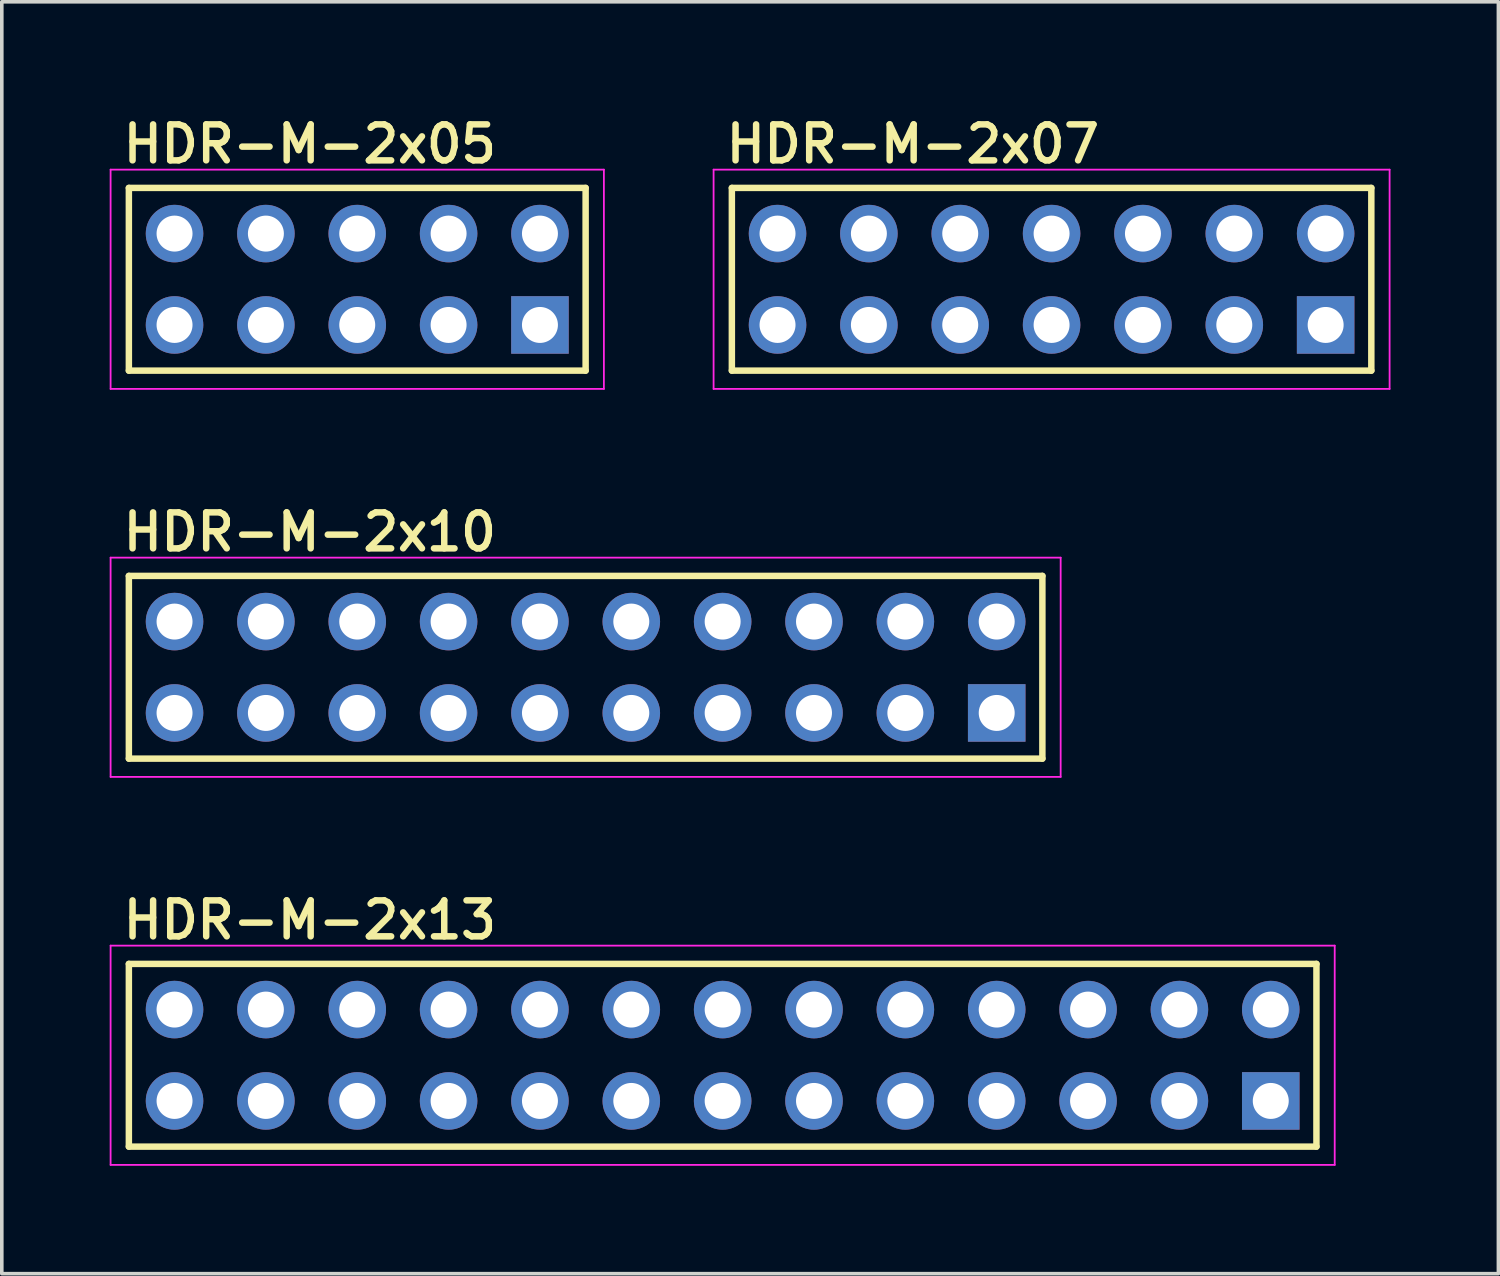
<source format=kicad_pcb>
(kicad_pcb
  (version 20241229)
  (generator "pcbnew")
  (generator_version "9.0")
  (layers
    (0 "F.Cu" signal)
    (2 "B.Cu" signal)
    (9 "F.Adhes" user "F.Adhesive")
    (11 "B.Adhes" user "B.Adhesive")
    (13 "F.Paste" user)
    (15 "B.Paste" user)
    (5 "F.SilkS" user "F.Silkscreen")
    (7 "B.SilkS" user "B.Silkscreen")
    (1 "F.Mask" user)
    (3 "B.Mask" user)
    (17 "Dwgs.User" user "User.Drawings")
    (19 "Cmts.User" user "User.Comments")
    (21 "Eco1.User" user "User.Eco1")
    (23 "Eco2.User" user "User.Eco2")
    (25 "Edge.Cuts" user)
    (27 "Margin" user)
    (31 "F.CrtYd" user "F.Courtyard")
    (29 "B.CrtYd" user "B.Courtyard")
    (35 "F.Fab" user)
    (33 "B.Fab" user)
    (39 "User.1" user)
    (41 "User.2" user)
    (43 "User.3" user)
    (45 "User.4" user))
  (footprint "HDR-M-2x07"
    (layer "F.Cu")
    (at 26.189 4.715)
    (property "Reference" "HDR-M-2x07" (at -9.144 -3.175 0) (layer "F.SilkS") (effects (font (size 1 1) (thickness 0.18)) (justify left bottom)))
    (attr through_hole)
    (fp_line (start -8.89 -2.54) (end 8.89 -2.54) (stroke (width 0.18) (type solid)) (layer "F.SilkS"))
    (fp_line (start -8.89 2.54) (end -8.89 -2.54) (stroke (width 0.18) (type solid)) (layer "F.SilkS"))
    (fp_line (start 8.89 -2.54) (end 8.89 2.54) (stroke (width 0.18) (type solid)) (layer "F.SilkS"))
    (fp_line (start 8.89 2.54) (end -8.89 2.54) (stroke (width 0.18) (type solid)) (layer "F.SilkS"))
    (fp_line (start -9.398 -3.048) (end 9.398 -3.048) (stroke (width 0.05) (type solid)) (layer "F.CrtYd"))
    (fp_line (start -9.398 3.048) (end -9.398 -3.048) (stroke (width 0.05) (type solid)) (layer "F.CrtYd"))
    (fp_line (start 9.398 -3.048) (end 9.398 3.048) (stroke (width 0.05) (type solid)) (layer "F.CrtYd"))
    (fp_line (start 9.398 3.048) (end -9.398 3.048) (stroke (width 0.05) (type solid)) (layer "F.CrtYd"))
    (pad "1" thru_hole rect (at 7.62 1.27) (size 1.6 1.6) (drill 1) (layers "*.Cu" "*.Mask"))
    (pad "2" thru_hole circle (at 7.62 -1.27) (size 1.6 1.6) (drill 1) (layers "*.Cu" "*.Mask"))
    (pad "3" thru_hole circle (at 5.08 1.27) (size 1.6 1.6) (drill 1) (layers "*.Cu" "*.Mask"))
    (pad "4" thru_hole circle (at 5.08 -1.27) (size 1.6 1.6) (drill 1) (layers "*.Cu" "*.Mask"))
    (pad "5" thru_hole circle (at 2.54 1.27) (size 1.6 1.6) (drill 1) (layers "*.Cu" "*.Mask"))
    (pad "6" thru_hole circle (at 2.54 -1.27) (size 1.6 1.6) (drill 1) (layers "*.Cu" "*.Mask"))
    (pad "7" thru_hole circle (at 0 1.27) (size 1.6 1.6) (drill 1) (layers "*.Cu" "*.Mask"))
    (pad "8" thru_hole circle (at 0 -1.27) (size 1.6 1.6) (drill 1) (layers "*.Cu" "*.Mask"))
    (pad "9" thru_hole circle (at -2.54 1.27) (size 1.6 1.6) (drill 1) (layers "*.Cu" "*.Mask"))
    (pad "10" thru_hole circle (at -2.54 -1.27) (size 1.6 1.6) (drill 1) (layers "*.Cu" "*.Mask"))
    (pad "11" thru_hole circle (at -5.08 1.27) (size 1.6 1.6) (drill 1) (layers "*.Cu" "*.Mask"))
    (pad "12" thru_hole circle (at -5.08 -1.27) (size 1.6 1.6) (drill 1) (layers "*.Cu" "*.Mask"))
    (pad "13" thru_hole circle (at -7.62 1.27) (size 1.6 1.6) (drill 1) (layers "*.Cu" "*.Mask"))
    (pad "14" thru_hole circle (at -7.62 -1.27) (size 1.6 1.6) (drill 1) (layers "*.Cu" "*.Mask")))
  (footprint "HDR-M-2x10"
    (layer "F.Cu")
    (at 13.233 15.503)
    (property "Reference" "HDR-M-2x10" (at -12.954 -3.175 0) (layer "F.SilkS") (effects (font (size 1 1) (thickness 0.18)) (justify left bottom)))
    (attr through_hole)
    (fp_line (start -12.7 -2.54) (end 12.7 -2.54) (stroke (width 0.18) (type solid)) (layer "F.SilkS"))
    (fp_line (start -12.7 2.54) (end -12.7 -2.54) (stroke (width 0.18) (type solid)) (layer "F.SilkS"))
    (fp_line (start 12.7 -2.54) (end 12.7 2.54) (stroke (width 0.18) (type solid)) (layer "F.SilkS"))
    (fp_line (start 12.7 2.54) (end -12.7 2.54) (stroke (width 0.18) (type solid)) (layer "F.SilkS"))
    (fp_line (start -13.208 -3.048) (end 13.208 -3.048) (stroke (width 0.05) (type solid)) (layer "F.CrtYd"))
    (fp_line (start -13.208 3.048) (end -13.208 -3.048) (stroke (width 0.05) (type solid)) (layer "F.CrtYd"))
    (fp_line (start 13.208 -3.048) (end 13.208 3.048) (stroke (width 0.05) (type solid)) (layer "F.CrtYd"))
    (fp_line (start 13.208 3.048) (end -13.208 3.048) (stroke (width 0.05) (type solid)) (layer "F.CrtYd"))
    (pad "1" thru_hole rect (at 11.43 1.27) (size 1.6 1.6) (drill 1) (layers "*.Cu" "*.Mask"))
    (pad "2" thru_hole circle (at 11.43 -1.27) (size 1.6 1.6) (drill 1) (layers "*.Cu" "*.Mask"))
    (pad "3" thru_hole circle (at 8.89 1.27) (size 1.6 1.6) (drill 1) (layers "*.Cu" "*.Mask"))
    (pad "4" thru_hole circle (at 8.89 -1.27) (size 1.6 1.6) (drill 1) (layers "*.Cu" "*.Mask"))
    (pad "5" thru_hole circle (at 6.35 1.27) (size 1.6 1.6) (drill 1) (layers "*.Cu" "*.Mask"))
    (pad "6" thru_hole circle (at 6.35 -1.27) (size 1.6 1.6) (drill 1) (layers "*.Cu" "*.Mask"))
    (pad "7" thru_hole circle (at 3.81 1.27) (size 1.6 1.6) (drill 1) (layers "*.Cu" "*.Mask"))
    (pad "8" thru_hole circle (at 3.81 -1.27) (size 1.6 1.6) (drill 1) (layers "*.Cu" "*.Mask"))
    (pad "9" thru_hole circle (at 1.27 1.27) (size 1.6 1.6) (drill 1) (layers "*.Cu" "*.Mask"))
    (pad "10" thru_hole circle (at 1.27 -1.27) (size 1.6 1.6) (drill 1) (layers "*.Cu" "*.Mask"))
    (pad "11" thru_hole circle (at -1.27 1.27) (size 1.6 1.6) (drill 1) (layers "*.Cu" "*.Mask"))
    (pad "12" thru_hole circle (at -1.27 -1.27) (size 1.6 1.6) (drill 1) (layers "*.Cu" "*.Mask"))
    (pad "13" thru_hole circle (at -3.81 1.27) (size 1.6 1.6) (drill 1) (layers "*.Cu" "*.Mask"))
    (pad "14" thru_hole circle (at -3.81 -1.27) (size 1.6 1.6) (drill 1) (layers "*.Cu" "*.Mask"))
    (pad "15" thru_hole circle (at -6.35 1.27) (size 1.6 1.6) (drill 1) (layers "*.Cu" "*.Mask"))
    (pad "16" thru_hole circle (at -6.35 -1.27) (size 1.6 1.6) (drill 1) (layers "*.Cu" "*.Mask"))
    (pad "17" thru_hole circle (at -8.89 1.27) (size 1.6 1.6) (drill 1) (layers "*.Cu" "*.Mask"))
    (pad "18" thru_hole circle (at -8.89 -1.27) (size 1.6 1.6) (drill 1) (layers "*.Cu" "*.Mask"))
    (pad "19" thru_hole circle (at -11.43 1.27) (size 1.6 1.6) (drill 1) (layers "*.Cu" "*.Mask"))
    (pad "20" thru_hole circle (at -11.43 -1.27) (size 1.6 1.6) (drill 1) (layers "*.Cu" "*.Mask")))
  (footprint "HDR-M-2x05"
    (layer "F.Cu")
    (at 6.883 4.715)
    (property "Reference" "HDR-M-2x05" (at -6.604 -3.175 0) (layer "F.SilkS") (effects (font (size 1 1) (thickness 0.18)) (justify left bottom)))
    (attr through_hole)
    (fp_line (start -6.35 -2.54) (end 6.35 -2.54) (stroke (width 0.18) (type solid)) (layer "F.SilkS"))
    (fp_line (start -6.35 2.54) (end -6.35 -2.54) (stroke (width 0.18) (type solid)) (layer "F.SilkS"))
    (fp_line (start 6.35 -2.54) (end 6.35 2.54) (stroke (width 0.18) (type solid)) (layer "F.SilkS"))
    (fp_line (start 6.35 2.54) (end -6.35 2.54) (stroke (width 0.18) (type solid)) (layer "F.SilkS"))
    (fp_line (start -6.858 -3.048) (end 6.858 -3.048) (stroke (width 0.05) (type solid)) (layer "F.CrtYd"))
    (fp_line (start -6.858 3.048) (end -6.858 -3.048) (stroke (width 0.05) (type solid)) (layer "F.CrtYd"))
    (fp_line (start 6.858 -3.048) (end 6.858 3.048) (stroke (width 0.05) (type solid)) (layer "F.CrtYd"))
    (fp_line (start 6.858 3.048) (end -6.858 3.048) (stroke (width 0.05) (type solid)) (layer "F.CrtYd"))
    (pad "1" thru_hole rect (at 5.08 1.27) (size 1.6 1.6) (drill 1) (layers "*.Cu" "*.Mask"))
    (pad "2" thru_hole circle (at 5.08 -1.27) (size 1.6 1.6) (drill 1) (layers "*.Cu" "*.Mask"))
    (pad "3" thru_hole circle (at 2.54 1.27) (size 1.6 1.6) (drill 1) (layers "*.Cu" "*.Mask"))
    (pad "4" thru_hole circle (at 2.54 -1.27) (size 1.6 1.6) (drill 1) (layers "*.Cu" "*.Mask"))
    (pad "5" thru_hole circle (at 0 1.27) (size 1.6 1.6) (drill 1) (layers "*.Cu" "*.Mask"))
    (pad "6" thru_hole circle (at 0 -1.27) (size 1.6 1.6) (drill 1) (layers "*.Cu" "*.Mask"))
    (pad "7" thru_hole circle (at -2.54 1.27) (size 1.6 1.6) (drill 1) (layers "*.Cu" "*.Mask"))
    (pad "8" thru_hole circle (at -2.54 -1.27) (size 1.6 1.6) (drill 1) (layers "*.Cu" "*.Mask"))
    (pad "9" thru_hole circle (at -5.08 1.27) (size 1.6 1.6) (drill 1) (layers "*.Cu" "*.Mask"))
    (pad "10" thru_hole circle (at -5.08 -1.27) (size 1.6 1.6) (drill 1) (layers "*.Cu" "*.Mask")))
  (footprint "HDR-M-2x13"
    (layer "F.Cu")
    (at 17.043 26.291)
    (property "Reference" "HDR-M-2x13" (at -16.764 -3.175 0) (layer "F.SilkS") (effects (font (size 1 1) (thickness 0.18)) (justify left bottom)))
    (attr through_hole)
    (fp_line (start -16.51 -2.54) (end 16.51 -2.54) (stroke (width 0.18) (type solid)) (layer "F.SilkS"))
    (fp_line (start -16.51 2.54) (end -16.51 -2.54) (stroke (width 0.18) (type solid)) (layer "F.SilkS"))
    (fp_line (start 16.51 -2.54) (end 16.51 2.54) (stroke (width 0.18) (type solid)) (layer "F.SilkS"))
    (fp_line (start 16.51 2.54) (end -16.51 2.54) (stroke (width 0.18) (type solid)) (layer "F.SilkS"))
    (fp_line (start -17.018 -3.048) (end 17.018 -3.048) (stroke (width 0.05) (type solid)) (layer "F.CrtYd"))
    (fp_line (start -17.018 3.048) (end -17.018 -3.048) (stroke (width 0.05) (type solid)) (layer "F.CrtYd"))
    (fp_line (start 17.018 -3.048) (end 17.018 3.048) (stroke (width 0.05) (type solid)) (layer "F.CrtYd"))
    (fp_line (start 17.018 3.048) (end -17.018 3.048) (stroke (width 0.05) (type solid)) (layer "F.CrtYd"))
    (pad "1" thru_hole rect (at 15.24 1.27) (size 1.6 1.6) (drill 1) (layers "*.Cu" "*.Mask"))
    (pad "2" thru_hole circle (at 15.24 -1.27) (size 1.6 1.6) (drill 1) (layers "*.Cu" "*.Mask"))
    (pad "3" thru_hole circle (at 12.7 1.27) (size 1.6 1.6) (drill 1) (layers "*.Cu" "*.Mask"))
    (pad "4" thru_hole circle (at 12.7 -1.27) (size 1.6 1.6) (drill 1) (layers "*.Cu" "*.Mask"))
    (pad "5" thru_hole circle (at 10.16 1.27) (size 1.6 1.6) (drill 1) (layers "*.Cu" "*.Mask"))
    (pad "6" thru_hole circle (at 10.16 -1.27) (size 1.6 1.6) (drill 1) (layers "*.Cu" "*.Mask"))
    (pad "7" thru_hole circle (at 7.62 1.27) (size 1.6 1.6) (drill 1) (layers "*.Cu" "*.Mask"))
    (pad "8" thru_hole circle (at 7.62 -1.27) (size 1.6 1.6) (drill 1) (layers "*.Cu" "*.Mask"))
    (pad "9" thru_hole circle (at 5.08 1.27) (size 1.6 1.6) (drill 1) (layers "*.Cu" "*.Mask"))
    (pad "10" thru_hole circle (at 5.08 -1.27) (size 1.6 1.6) (drill 1) (layers "*.Cu" "*.Mask"))
    (pad "11" thru_hole circle (at 2.54 1.27) (size 1.6 1.6) (drill 1) (layers "*.Cu" "*.Mask"))
    (pad "12" thru_hole circle (at 2.54 -1.27) (size 1.6 1.6) (drill 1) (layers "*.Cu" "*.Mask"))
    (pad "13" thru_hole circle (at 0 1.27) (size 1.6 1.6) (drill 1) (layers "*.Cu" "*.Mask"))
    (pad "14" thru_hole circle (at 0 -1.27) (size 1.6 1.6) (drill 1) (layers "*.Cu" "*.Mask"))
    (pad "15" thru_hole circle (at -2.54 1.27) (size 1.6 1.6) (drill 1) (layers "*.Cu" "*.Mask"))
    (pad "16" thru_hole circle (at -2.54 -1.27) (size 1.6 1.6) (drill 1) (layers "*.Cu" "*.Mask"))
    (pad "17" thru_hole circle (at -5.08 1.27) (size 1.6 1.6) (drill 1) (layers "*.Cu" "*.Mask"))
    (pad "18" thru_hole circle (at -5.08 -1.27) (size 1.6 1.6) (drill 1) (layers "*.Cu" "*.Mask"))
    (pad "19" thru_hole circle (at -7.62 1.27) (size 1.6 1.6) (drill 1) (layers "*.Cu" "*.Mask"))
    (pad "20" thru_hole circle (at -7.62 -1.27) (size 1.6 1.6) (drill 1) (layers "*.Cu" "*.Mask"))
    (pad "21" thru_hole circle (at -10.16 1.27) (size 1.6 1.6) (drill 1) (layers "*.Cu" "*.Mask"))
    (pad "22" thru_hole circle (at -10.16 -1.27) (size 1.6 1.6) (drill 1) (layers "*.Cu" "*.Mask"))
    (pad "23" thru_hole circle (at -12.7 1.27) (size 1.6 1.6) (drill 1) (layers "*.Cu" "*.Mask"))
    (pad "24" thru_hole circle (at -12.7 -1.27) (size 1.6 1.6) (drill 1) (layers "*.Cu" "*.Mask"))
    (pad "25" thru_hole circle (at -15.24 1.27) (size 1.6 1.6) (drill 1) (layers "*.Cu" "*.Mask"))
    (pad "26" thru_hole circle (at -15.24 -1.27) (size 1.6 1.6) (drill 1) (layers "*.Cu" "*.Mask")))
  (gr_rect
    (start -3 -3)
    (end 38.612 32.364)
    (stroke (width 0.1) (type default))
    (fill no)
    (layer "Edge.Cuts")))
</source>
